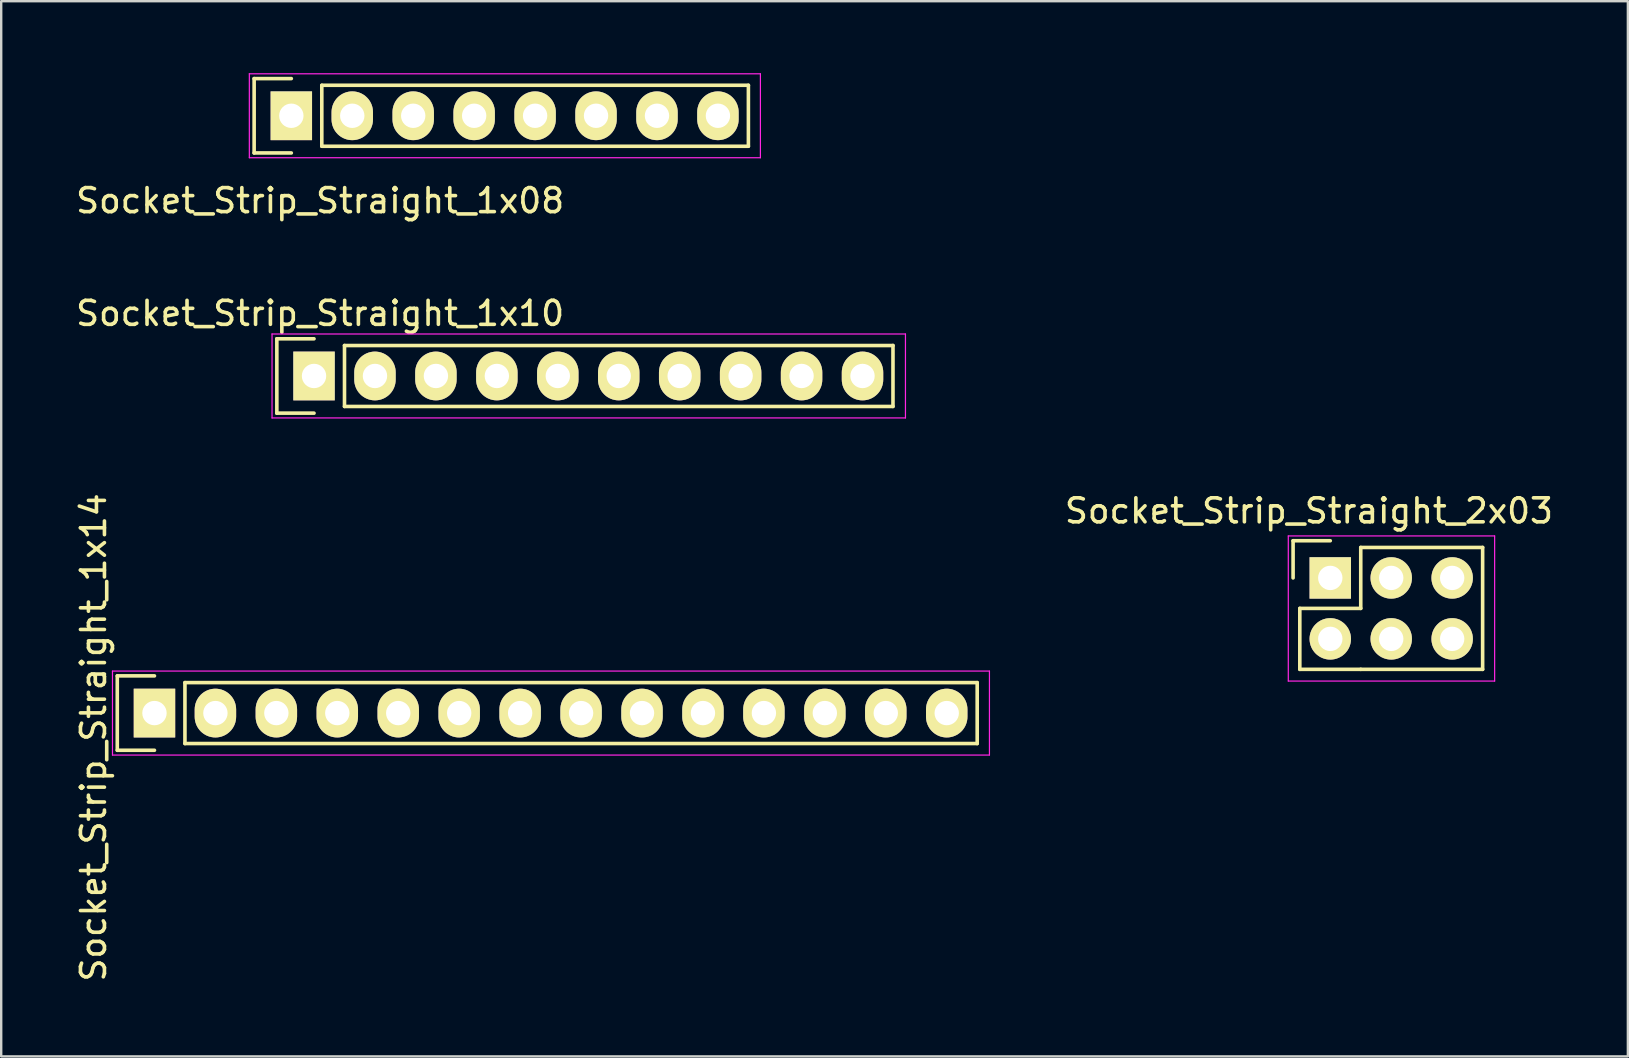
<source format=kicad_pcb>
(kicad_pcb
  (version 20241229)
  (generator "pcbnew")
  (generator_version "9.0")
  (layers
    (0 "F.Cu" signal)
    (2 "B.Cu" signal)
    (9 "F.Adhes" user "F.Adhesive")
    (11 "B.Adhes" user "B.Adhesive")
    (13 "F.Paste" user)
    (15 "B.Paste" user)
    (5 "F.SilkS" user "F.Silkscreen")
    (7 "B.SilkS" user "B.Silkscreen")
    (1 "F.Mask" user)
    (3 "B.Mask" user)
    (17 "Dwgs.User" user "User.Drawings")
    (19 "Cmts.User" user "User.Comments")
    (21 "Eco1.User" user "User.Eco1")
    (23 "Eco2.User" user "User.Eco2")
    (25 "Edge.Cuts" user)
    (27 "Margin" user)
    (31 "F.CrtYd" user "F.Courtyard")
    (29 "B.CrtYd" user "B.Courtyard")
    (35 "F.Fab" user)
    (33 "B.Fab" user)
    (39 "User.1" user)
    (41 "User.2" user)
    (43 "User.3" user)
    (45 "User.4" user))
  (footprint "Socket_Strip_Straight_1x08"
    (layer "F.Cu")
    (at 9.092 1.775)
    (property "Reference" "Socket_Strip_Straight_1x08" (at 1.2 3.54 180) (layer "F.SilkS") (effects (font (size 1 1) (thickness 0.15))))
    (attr through_hole)
    (fp_line (start -1.55 -1.55) (end -1.55 1.55) (stroke (width 0.15) (type solid)) (layer "F.SilkS"))
    (fp_line (start -1.55 1.55) (end 0 1.55) (stroke (width 0.15) (type solid)) (layer "F.SilkS"))
    (fp_line (start 0 -1.55) (end -1.55 -1.55) (stroke (width 0.15) (type solid)) (layer "F.SilkS"))
    (fp_line (start 1.27 1.27) (end 1.27 -1.27) (stroke (width 0.15) (type solid)) (layer "F.SilkS"))
    (fp_line (start 1.27 1.27) (end 19.05 1.27) (stroke (width 0.15) (type solid)) (layer "F.SilkS"))
    (fp_line (start 19.05 -1.27) (end 1.27 -1.27) (stroke (width 0.15) (type solid)) (layer "F.SilkS"))
    (fp_line (start 19.05 1.27) (end 19.05 -1.27) (stroke (width 0.15) (type solid)) (layer "F.SilkS"))
    (fp_line (start -1.75 -1.75) (end -1.75 1.75) (stroke (width 0.05) (type solid)) (layer "F.CrtYd"))
    (fp_line (start -1.75 -1.75) (end 19.55 -1.75) (stroke (width 0.05) (type solid)) (layer "F.CrtYd"))
    (fp_line (start -1.75 1.75) (end 19.55 1.75) (stroke (width 0.05) (type solid)) (layer "F.CrtYd"))
    (fp_line (start 19.55 -1.75) (end 19.55 1.75) (stroke (width 0.05) (type solid)) (layer "F.CrtYd"))
    (pad "1" thru_hole rect (at 0 0) (size 1.727 2.032) (drill 1.016) (layers "*.Cu" "*.Mask" "F.SilkS"))
    (pad "2" thru_hole oval (at 2.54 0) (size 1.727 2.032) (drill 1.016) (layers "*.Cu" "*.Mask" "F.SilkS"))
    (pad "3" thru_hole oval (at 5.08 0) (size 1.727 2.032) (drill 1.016) (layers "*.Cu" "*.Mask" "F.SilkS"))
    (pad "4" thru_hole oval (at 7.62 0) (size 1.727 2.032) (drill 1.016) (layers "*.Cu" "*.Mask" "F.SilkS"))
    (pad "5" thru_hole oval (at 10.16 0) (size 1.727 2.032) (drill 1.016) (layers "*.Cu" "*.Mask" "F.SilkS"))
    (pad "6" thru_hole oval (at 12.7 0) (size 1.727 2.032) (drill 1.016) (layers "*.Cu" "*.Mask" "F.SilkS"))
    (pad "7" thru_hole oval (at 15.24 0) (size 1.727 2.032) (drill 1.016) (layers "*.Cu" "*.Mask" "F.SilkS"))
    (pad "8" thru_hole oval (at 17.78 0) (size 1.727 2.032) (drill 1.016) (layers "*.Cu" "*.Mask" "F.SilkS")))
  (footprint "Socket_Strip_Straight_1x10"
    (layer "F.Cu")
    (at 10.038 12.62)
    (property "Reference" "Socket_Strip_Straight_1x10" (at 0.254 -2.608 0) (layer "F.SilkS") (effects (font (size 1 1) (thickness 0.15))))
    (attr through_hole)
    (fp_line (start -1.55 -1.55) (end -1.55 1.55) (stroke (width 0.15) (type solid)) (layer "F.SilkS"))
    (fp_line (start -1.55 1.55) (end 0 1.55) (stroke (width 0.15) (type solid)) (layer "F.SilkS"))
    (fp_line (start 0 -1.55) (end -1.55 -1.55) (stroke (width 0.15) (type solid)) (layer "F.SilkS"))
    (fp_line (start 1.27 1.27) (end 1.27 -1.27) (stroke (width 0.15) (type solid)) (layer "F.SilkS"))
    (fp_line (start 1.27 1.27) (end 24.13 1.27) (stroke (width 0.15) (type solid)) (layer "F.SilkS"))
    (fp_line (start 24.13 -1.27) (end 1.27 -1.27) (stroke (width 0.15) (type solid)) (layer "F.SilkS"))
    (fp_line (start 24.13 1.27) (end 24.13 -1.27) (stroke (width 0.15) (type solid)) (layer "F.SilkS"))
    (fp_line (start -1.75 -1.75) (end -1.75 1.75) (stroke (width 0.05) (type solid)) (layer "F.CrtYd"))
    (fp_line (start -1.75 -1.75) (end 24.65 -1.75) (stroke (width 0.05) (type solid)) (layer "F.CrtYd"))
    (fp_line (start -1.75 1.75) (end 24.65 1.75) (stroke (width 0.05) (type solid)) (layer "F.CrtYd"))
    (fp_line (start 24.65 -1.75) (end 24.65 1.75) (stroke (width 0.05) (type solid)) (layer "F.CrtYd"))
    (pad "1" thru_hole rect (at 0 0) (size 1.727 2.032) (drill 1.016) (layers "*.Cu" "*.Mask" "F.SilkS"))
    (pad "2" thru_hole oval (at 2.54 0) (size 1.727 2.032) (drill 1.016) (layers "*.Cu" "*.Mask" "F.SilkS"))
    (pad "3" thru_hole oval (at 5.08 0) (size 1.727 2.032) (drill 1.016) (layers "*.Cu" "*.Mask" "F.SilkS"))
    (pad "4" thru_hole oval (at 7.62 0) (size 1.727 2.032) (drill 1.016) (layers "*.Cu" "*.Mask" "F.SilkS"))
    (pad "5" thru_hole oval (at 10.16 0) (size 1.727 2.032) (drill 1.016) (layers "*.Cu" "*.Mask" "F.SilkS"))
    (pad "6" thru_hole oval (at 12.7 0) (size 1.727 2.032) (drill 1.016) (layers "*.Cu" "*.Mask" "F.SilkS"))
    (pad "7" thru_hole oval (at 15.24 0) (size 1.727 2.032) (drill 1.016) (layers "*.Cu" "*.Mask" "F.SilkS"))
    (pad "8" thru_hole oval (at 17.78 0) (size 1.727 2.032) (drill 1.016) (layers "*.Cu" "*.Mask" "F.SilkS"))
    (pad "9" thru_hole oval (at 20.32 0) (size 1.727 2.032) (drill 1.016) (layers "*.Cu" "*.Mask" "F.SilkS"))
    (pad "10" thru_hole oval (at 22.86 0) (size 1.727 2.032) (drill 1.016) (layers "*.Cu" "*.Mask" "F.SilkS")))
  (footprint "Socket_Strip_Straight_2x03"
    (layer "F.Cu")
    (at 52.394 21.037)
    (property "Reference" "Socket_Strip_Straight_2x03" (at -0.889 -2.794 0) (layer "F.SilkS") (effects (font (size 1 1) (thickness 0.15))))
    (attr through_hole)
    (fp_line (start -1.55 -1.55) (end -1.55 0) (stroke (width 0.15) (type solid)) (layer "F.SilkS"))
    (fp_line (start -1.55 -1.55) (end 0 -1.55) (stroke (width 0.15) (type solid)) (layer "F.SilkS"))
    (fp_line (start -1.27 1.27) (end 1.27 1.27) (stroke (width 0.15) (type solid)) (layer "F.SilkS"))
    (fp_line (start -1.27 3.81) (end -1.27 1.27) (stroke (width 0.15) (type solid)) (layer "F.SilkS"))
    (fp_line (start 1.27 1.27) (end 1.27 -1.27) (stroke (width 0.15) (type solid)) (layer "F.SilkS"))
    (fp_line (start 1.27 3.81) (end -1.27 3.81) (stroke (width 0.15) (type solid)) (layer "F.SilkS"))
    (fp_line (start 6.35 -1.27) (end 1.27 -1.27) (stroke (width 0.15) (type solid)) (layer "F.SilkS"))
    (fp_line (start 6.35 -1.27) (end 6.35 3.81) (stroke (width 0.15) (type solid)) (layer "F.SilkS"))
    (fp_line (start 6.35 3.81) (end 1.27 3.81) (stroke (width 0.15) (type solid)) (layer "F.SilkS"))
    (fp_line (start -1.75 -1.75) (end -1.75 4.3) (stroke (width 0.05) (type solid)) (layer "F.CrtYd"))
    (fp_line (start -1.75 -1.75) (end 6.85 -1.75) (stroke (width 0.05) (type solid)) (layer "F.CrtYd"))
    (fp_line (start -1.75 4.3) (end 6.85 4.3) (stroke (width 0.05) (type solid)) (layer "F.CrtYd"))
    (fp_line (start 6.85 -1.75) (end 6.85 4.3) (stroke (width 0.05) (type solid)) (layer "F.CrtYd"))
    (pad "1" thru_hole rect (at 0 0) (size 1.727 1.727) (drill 1.016) (layers "*.Cu" "*.Mask" "F.SilkS"))
    (pad "2" thru_hole oval (at 0 2.54) (size 1.727 1.727) (drill 1.016) (layers "*.Cu" "*.Mask" "F.SilkS"))
    (pad "3" thru_hole oval (at 2.54 0) (size 1.727 1.727) (drill 1.016) (layers "*.Cu" "*.Mask" "F.SilkS"))
    (pad "4" thru_hole oval (at 2.54 2.54) (size 1.727 1.727) (drill 1.016) (layers "*.Cu" "*.Mask" "F.SilkS"))
    (pad "5" thru_hole oval (at 5.08 0) (size 1.727 1.727) (drill 1.016) (layers "*.Cu" "*.Mask" "F.SilkS"))
    (pad "6" thru_hole oval (at 5.08 2.54) (size 1.727 1.727) (drill 1.016) (layers "*.Cu" "*.Mask" "F.SilkS")))
  (footprint "Socket_Strip_Straight_1x14"
    (layer "F.Cu")
    (at 3.388 26.67)
    (property "Reference" "Socket_Strip_Straight_1x14" (at -2.54 1.016 90) (layer "F.SilkS") (effects (font (size 1 1) (thickness 0.15))))
    (attr through_hole)
    (fp_line (start -1.55 -1.55) (end -1.55 1.55) (stroke (width 0.15) (type solid)) (layer "F.SilkS"))
    (fp_line (start -1.55 1.55) (end 0 1.55) (stroke (width 0.15) (type solid)) (layer "F.SilkS"))
    (fp_line (start 0 -1.55) (end -1.55 -1.55) (stroke (width 0.15) (type solid)) (layer "F.SilkS"))
    (fp_line (start 1.27 -1.27) (end 34.29 -1.27) (stroke (width 0.15) (type solid)) (layer "F.SilkS"))
    (fp_line (start 1.27 1.27) (end 1.27 -1.27) (stroke (width 0.15) (type solid)) (layer "F.SilkS"))
    (fp_line (start 34.29 -1.27) (end 34.29 1.27) (stroke (width 0.15) (type solid)) (layer "F.SilkS"))
    (fp_line (start 34.29 1.27) (end 1.27 1.27) (stroke (width 0.15) (type solid)) (layer "F.SilkS"))
    (fp_line (start -1.75 -1.75) (end -1.75 1.75) (stroke (width 0.05) (type solid)) (layer "F.CrtYd"))
    (fp_line (start -1.75 -1.75) (end 34.8 -1.75) (stroke (width 0.05) (type solid)) (layer "F.CrtYd"))
    (fp_line (start -1.75 1.75) (end 34.8 1.75) (stroke (width 0.05) (type solid)) (layer "F.CrtYd"))
    (fp_line (start 34.8 -1.75) (end 34.8 1.75) (stroke (width 0.05) (type solid)) (layer "F.CrtYd"))
    (pad "1" thru_hole rect (at 0 0) (size 1.727 2.032) (drill 1.016) (layers "*.Cu" "*.Mask" "F.SilkS"))
    (pad "2" thru_hole oval (at 2.54 0) (size 1.727 2.032) (drill 1.016) (layers "*.Cu" "*.Mask" "F.SilkS"))
    (pad "3" thru_hole oval (at 5.08 0) (size 1.727 2.032) (drill 1.016) (layers "*.Cu" "*.Mask" "F.SilkS"))
    (pad "4" thru_hole oval (at 7.62 0) (size 1.727 2.032) (drill 1.016) (layers "*.Cu" "*.Mask" "F.SilkS"))
    (pad "5" thru_hole oval (at 10.16 0) (size 1.727 2.032) (drill 1.016) (layers "*.Cu" "*.Mask" "F.SilkS"))
    (pad "6" thru_hole oval (at 12.7 0) (size 1.727 2.032) (drill 1.016) (layers "*.Cu" "*.Mask" "F.SilkS"))
    (pad "7" thru_hole oval (at 15.24 0) (size 1.727 2.032) (drill 1.016) (layers "*.Cu" "*.Mask" "F.SilkS"))
    (pad "8" thru_hole oval (at 17.78 0) (size 1.727 2.032) (drill 1.016) (layers "*.Cu" "*.Mask" "F.SilkS"))
    (pad "9" thru_hole oval (at 20.32 0) (size 1.727 2.032) (drill 1.016) (layers "*.Cu" "*.Mask" "F.SilkS"))
    (pad "10" thru_hole oval (at 22.86 0) (size 1.727 2.032) (drill 1.016) (layers "*.Cu" "*.Mask" "F.SilkS"))
    (pad "11" thru_hole oval (at 25.4 0) (size 1.727 2.032) (drill 1.016) (layers "*.Cu" "*.Mask" "F.SilkS"))
    (pad "12" thru_hole oval (at 27.94 0) (size 1.727 2.032) (drill 1.016) (layers "*.Cu" "*.Mask" "F.SilkS"))
    (pad "13" thru_hole oval (at 30.48 0) (size 1.727 2.032) (drill 1.016) (layers "*.Cu" "*.Mask" "F.SilkS"))
    (pad "14" thru_hole oval (at 33.02 0) (size 1.727 2.032) (drill 1.016) (layers "*.Cu" "*.Mask" "F.SilkS")))
  (gr_rect
    (start -3 -3)
    (end 64.797 40.978)
    (stroke (width 0.1) (type default))
    (fill no)
    (layer "Edge.Cuts")))
</source>
